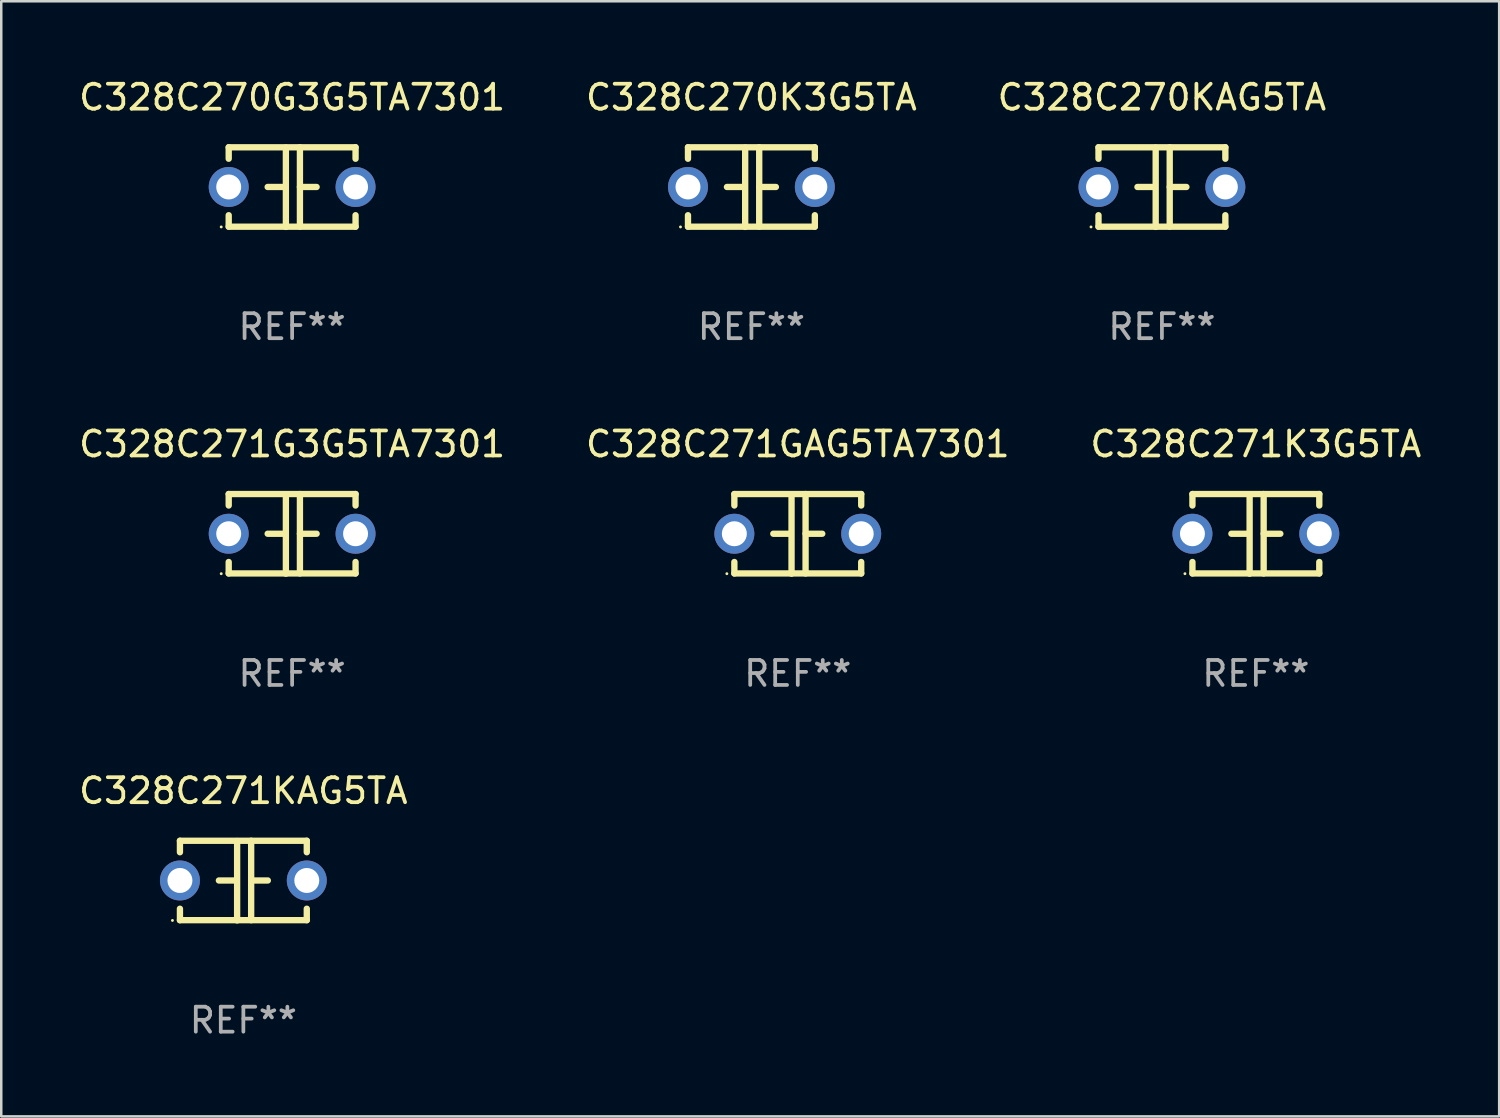
<source format=kicad_pcb>
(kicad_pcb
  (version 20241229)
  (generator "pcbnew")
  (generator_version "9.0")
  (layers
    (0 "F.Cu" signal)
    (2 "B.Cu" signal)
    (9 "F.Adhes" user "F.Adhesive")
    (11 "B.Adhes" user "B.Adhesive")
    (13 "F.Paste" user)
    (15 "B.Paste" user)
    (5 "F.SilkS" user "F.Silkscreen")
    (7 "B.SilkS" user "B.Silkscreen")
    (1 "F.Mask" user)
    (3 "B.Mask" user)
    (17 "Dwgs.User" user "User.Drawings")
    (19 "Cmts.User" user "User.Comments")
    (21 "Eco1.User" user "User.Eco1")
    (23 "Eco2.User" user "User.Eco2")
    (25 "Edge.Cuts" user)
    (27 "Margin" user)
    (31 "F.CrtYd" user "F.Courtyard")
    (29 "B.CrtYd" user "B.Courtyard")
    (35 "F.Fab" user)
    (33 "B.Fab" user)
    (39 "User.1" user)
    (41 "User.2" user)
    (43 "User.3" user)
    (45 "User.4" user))
  (footprint "C328C270KAG5TA"
    (layer "F.Cu")
    (at 43.482 4.443)
    (property "Reference" "C328C270KAG5TA" (at 0 -3.595 0) (layer "F.SilkS") (effects (font (size 1 1) (thickness 0.15))))
    (attr through_hole)
    (fp_line (start -2.54 -1.595) (end -2.54 -1.136) (stroke (width 0.254) (type solid)) (layer "F.SilkS"))
    (fp_line (start -2.54 -1.595) (end 2.54 -1.595) (stroke (width 0.254) (type solid)) (layer "F.SilkS"))
    (fp_line (start -2.54 1.126) (end -2.54 1.585) (stroke (width 0.254) (type solid)) (layer "F.SilkS"))
    (fp_line (start -0.312 -0.005) (end -0.98 -0.005) (stroke (width 0.254) (type solid)) (layer "F.SilkS"))
    (fp_line (start -0.25 -1.585) (end -0.25 1.595) (stroke (width 0.254) (type solid)) (layer "F.SilkS"))
    (fp_line (start 0.312 -1.595) (end 0.312 1.585) (stroke (width 0.254) (type solid)) (layer "F.SilkS"))
    (fp_line (start 0.312 -0.005) (end 0.98 -0.005) (stroke (width 0.254) (type solid)) (layer "F.SilkS"))
    (fp_line (start 2.54 -1.595) (end 2.54 -1.136) (stroke (width 0.254) (type solid)) (layer "F.SilkS"))
    (fp_line (start 2.54 1.126) (end 2.54 1.585) (stroke (width 0.254) (type solid)) (layer "F.SilkS"))
    (fp_line (start 2.54 1.585) (end -2.54 1.585) (stroke (width 0.254) (type solid)) (layer "F.SilkS"))
    (fp_circle (center -2.84 1.595) (end -2.81 1.595) (stroke (width 0.06) (type solid)) (fill no) (layer "F.SilkS"))
    (fp_text user "REF**" (at 0 5.595 0) (layer "F.Fab") (effects (font (size 1 1) (thickness 0.15))))
    (pad "1" thru_hole circle (at -2.54 -0.005) (size 1.6 1.6) (drill 1) (layers "*.Cu" "*.Mask"))
    (pad "2" thru_hole circle (at 2.54 -0.005) (size 1.6 1.6) (drill 1) (layers "*.Cu" "*.Mask")))
  (footprint "C328C270K3G5TA"
    (layer "F.Cu")
    (at 27.042 4.443)
    (property "Reference" "C328C270K3G5TA" (at 0 -3.595 0) (layer "F.SilkS") (effects (font (size 1 1) (thickness 0.15))))
    (attr through_hole)
    (fp_line (start -2.54 -1.595) (end -2.54 -1.136) (stroke (width 0.254) (type solid)) (layer "F.SilkS"))
    (fp_line (start -2.54 -1.595) (end 2.54 -1.595) (stroke (width 0.254) (type solid)) (layer "F.SilkS"))
    (fp_line (start -2.54 1.126) (end -2.54 1.585) (stroke (width 0.254) (type solid)) (layer "F.SilkS"))
    (fp_line (start -0.312 -0.005) (end -0.98 -0.005) (stroke (width 0.254) (type solid)) (layer "F.SilkS"))
    (fp_line (start -0.25 -1.585) (end -0.25 1.595) (stroke (width 0.254) (type solid)) (layer "F.SilkS"))
    (fp_line (start 0.312 -1.595) (end 0.312 1.585) (stroke (width 0.254) (type solid)) (layer "F.SilkS"))
    (fp_line (start 0.312 -0.005) (end 0.98 -0.005) (stroke (width 0.254) (type solid)) (layer "F.SilkS"))
    (fp_line (start 2.54 -1.595) (end 2.54 -1.136) (stroke (width 0.254) (type solid)) (layer "F.SilkS"))
    (fp_line (start 2.54 1.126) (end 2.54 1.585) (stroke (width 0.254) (type solid)) (layer "F.SilkS"))
    (fp_line (start 2.54 1.585) (end -2.54 1.585) (stroke (width 0.254) (type solid)) (layer "F.SilkS"))
    (fp_circle (center -2.84 1.595) (end -2.81 1.595) (stroke (width 0.06) (type solid)) (fill no) (layer "F.SilkS"))
    (fp_text user "REF**" (at 0 5.595 0) (layer "F.Fab") (effects (font (size 1 1) (thickness 0.15))))
    (pad "1" thru_hole circle (at -2.54 -0.005) (size 1.6 1.6) (drill 1) (layers "*.Cu" "*.Mask"))
    (pad "2" thru_hole circle (at 2.54 -0.005) (size 1.6 1.6) (drill 1) (layers "*.Cu" "*.Mask")))
  (footprint "C328C271GAG5TA7301"
    (layer "F.Cu")
    (at 28.899 18.33)
    (property "Reference" "C328C271GAG5TA7301" (at 0 -3.595 0) (layer "F.SilkS") (effects (font (size 1 1) (thickness 0.15))))
    (attr through_hole)
    (fp_line (start -2.54 -1.595) (end -2.54 -1.136) (stroke (width 0.254) (type solid)) (layer "F.SilkS"))
    (fp_line (start -2.54 -1.595) (end 2.54 -1.595) (stroke (width 0.254) (type solid)) (layer "F.SilkS"))
    (fp_line (start -2.54 1.126) (end -2.54 1.585) (stroke (width 0.254) (type solid)) (layer "F.SilkS"))
    (fp_line (start -0.312 -0.005) (end -0.98 -0.005) (stroke (width 0.254) (type solid)) (layer "F.SilkS"))
    (fp_line (start -0.25 -1.585) (end -0.25 1.595) (stroke (width 0.254) (type solid)) (layer "F.SilkS"))
    (fp_line (start 0.312 -1.595) (end 0.312 1.585) (stroke (width 0.254) (type solid)) (layer "F.SilkS"))
    (fp_line (start 0.312 -0.005) (end 0.98 -0.005) (stroke (width 0.254) (type solid)) (layer "F.SilkS"))
    (fp_line (start 2.54 -1.595) (end 2.54 -1.136) (stroke (width 0.254) (type solid)) (layer "F.SilkS"))
    (fp_line (start 2.54 1.126) (end 2.54 1.585) (stroke (width 0.254) (type solid)) (layer "F.SilkS"))
    (fp_line (start 2.54 1.585) (end -2.54 1.585) (stroke (width 0.254) (type solid)) (layer "F.SilkS"))
    (fp_circle (center -2.84 1.595) (end -2.81 1.595) (stroke (width 0.06) (type solid)) (fill no) (layer "F.SilkS"))
    (fp_text user "REF**" (at 0 5.595 0) (layer "F.Fab") (effects (font (size 1 1) (thickness 0.15))))
    (pad "1" thru_hole circle (at -2.54 -0.005) (size 1.6 1.6) (drill 1) (layers "*.Cu" "*.Mask"))
    (pad "2" thru_hole circle (at 2.54 -0.005) (size 1.6 1.6) (drill 1) (layers "*.Cu" "*.Mask")))
  (footprint "C328C270G3G5TA7301"
    (layer "F.Cu")
    (at 8.649 4.443)
    (property "Reference" "C328C270G3G5TA7301" (at 0 -3.595 0) (layer "F.SilkS") (effects (font (size 1 1) (thickness 0.15))))
    (attr through_hole)
    (fp_line (start -2.54 -1.595) (end -2.54 -1.136) (stroke (width 0.254) (type solid)) (layer "F.SilkS"))
    (fp_line (start -2.54 -1.595) (end 2.54 -1.595) (stroke (width 0.254) (type solid)) (layer "F.SilkS"))
    (fp_line (start -2.54 1.126) (end -2.54 1.585) (stroke (width 0.254) (type solid)) (layer "F.SilkS"))
    (fp_line (start -0.312 -0.005) (end -0.98 -0.005) (stroke (width 0.254) (type solid)) (layer "F.SilkS"))
    (fp_line (start -0.25 -1.585) (end -0.25 1.595) (stroke (width 0.254) (type solid)) (layer "F.SilkS"))
    (fp_line (start 0.312 -1.595) (end 0.312 1.585) (stroke (width 0.254) (type solid)) (layer "F.SilkS"))
    (fp_line (start 0.312 -0.005) (end 0.98 -0.005) (stroke (width 0.254) (type solid)) (layer "F.SilkS"))
    (fp_line (start 2.54 -1.595) (end 2.54 -1.136) (stroke (width 0.254) (type solid)) (layer "F.SilkS"))
    (fp_line (start 2.54 1.126) (end 2.54 1.585) (stroke (width 0.254) (type solid)) (layer "F.SilkS"))
    (fp_line (start 2.54 1.585) (end -2.54 1.585) (stroke (width 0.254) (type solid)) (layer "F.SilkS"))
    (fp_circle (center -2.84 1.595) (end -2.81 1.595) (stroke (width 0.06) (type solid)) (fill no) (layer "F.SilkS"))
    (fp_text user "REF**" (at 0 5.595 0) (layer "F.Fab") (effects (font (size 1 1) (thickness 0.15))))
    (pad "1" thru_hole circle (at -2.54 -0.005) (size 1.6 1.6) (drill 1) (layers "*.Cu" "*.Mask"))
    (pad "2" thru_hole circle (at 2.54 -0.005) (size 1.6 1.6) (drill 1) (layers "*.Cu" "*.Mask")))
  (footprint "C328C271K3G5TA"
    (layer "F.Cu")
    (at 47.244 18.33)
    (property "Reference" "C328C271K3G5TA" (at 0 -3.595 0) (layer "F.SilkS") (effects (font (size 1 1) (thickness 0.15))))
    (attr through_hole)
    (fp_line (start -2.54 -1.595) (end -2.54 -1.136) (stroke (width 0.254) (type solid)) (layer "F.SilkS"))
    (fp_line (start -2.54 -1.595) (end 2.54 -1.595) (stroke (width 0.254) (type solid)) (layer "F.SilkS"))
    (fp_line (start -2.54 1.126) (end -2.54 1.585) (stroke (width 0.254) (type solid)) (layer "F.SilkS"))
    (fp_line (start -0.312 -0.005) (end -0.98 -0.005) (stroke (width 0.254) (type solid)) (layer "F.SilkS"))
    (fp_line (start -0.25 -1.585) (end -0.25 1.595) (stroke (width 0.254) (type solid)) (layer "F.SilkS"))
    (fp_line (start 0.312 -1.595) (end 0.312 1.585) (stroke (width 0.254) (type solid)) (layer "F.SilkS"))
    (fp_line (start 0.312 -0.005) (end 0.98 -0.005) (stroke (width 0.254) (type solid)) (layer "F.SilkS"))
    (fp_line (start 2.54 -1.595) (end 2.54 -1.136) (stroke (width 0.254) (type solid)) (layer "F.SilkS"))
    (fp_line (start 2.54 1.126) (end 2.54 1.585) (stroke (width 0.254) (type solid)) (layer "F.SilkS"))
    (fp_line (start 2.54 1.585) (end -2.54 1.585) (stroke (width 0.254) (type solid)) (layer "F.SilkS"))
    (fp_circle (center -2.84 1.595) (end -2.81 1.595) (stroke (width 0.06) (type solid)) (fill no) (layer "F.SilkS"))
    (fp_text user "REF**" (at 0 5.595 0) (layer "F.Fab") (effects (font (size 1 1) (thickness 0.15))))
    (pad "1" thru_hole circle (at -2.54 -0.005) (size 1.6 1.6) (drill 1) (layers "*.Cu" "*.Mask"))
    (pad "2" thru_hole circle (at 2.54 -0.005) (size 1.6 1.6) (drill 1) (layers "*.Cu" "*.Mask")))
  (footprint "C328C271G3G5TA7301"
    (layer "F.Cu")
    (at 8.649 18.33)
    (property "Reference" "C328C271G3G5TA7301" (at 0 -3.595 0) (layer "F.SilkS") (effects (font (size 1 1) (thickness 0.15))))
    (attr through_hole)
    (fp_line (start -2.54 -1.595) (end -2.54 -1.136) (stroke (width 0.254) (type solid)) (layer "F.SilkS"))
    (fp_line (start -2.54 -1.595) (end 2.54 -1.595) (stroke (width 0.254) (type solid)) (layer "F.SilkS"))
    (fp_line (start -2.54 1.126) (end -2.54 1.585) (stroke (width 0.254) (type solid)) (layer "F.SilkS"))
    (fp_line (start -0.312 -0.005) (end -0.98 -0.005) (stroke (width 0.254) (type solid)) (layer "F.SilkS"))
    (fp_line (start -0.25 -1.585) (end -0.25 1.595) (stroke (width 0.254) (type solid)) (layer "F.SilkS"))
    (fp_line (start 0.312 -1.595) (end 0.312 1.585) (stroke (width 0.254) (type solid)) (layer "F.SilkS"))
    (fp_line (start 0.312 -0.005) (end 0.98 -0.005) (stroke (width 0.254) (type solid)) (layer "F.SilkS"))
    (fp_line (start 2.54 -1.595) (end 2.54 -1.136) (stroke (width 0.254) (type solid)) (layer "F.SilkS"))
    (fp_line (start 2.54 1.126) (end 2.54 1.585) (stroke (width 0.254) (type solid)) (layer "F.SilkS"))
    (fp_line (start 2.54 1.585) (end -2.54 1.585) (stroke (width 0.254) (type solid)) (layer "F.SilkS"))
    (fp_circle (center -2.84 1.595) (end -2.81 1.595) (stroke (width 0.06) (type solid)) (fill no) (layer "F.SilkS"))
    (fp_text user "REF**" (at 0 5.595 0) (layer "F.Fab") (effects (font (size 1 1) (thickness 0.15))))
    (pad "1" thru_hole circle (at -2.54 -0.005) (size 1.6 1.6) (drill 1) (layers "*.Cu" "*.Mask"))
    (pad "2" thru_hole circle (at 2.54 -0.005) (size 1.6 1.6) (drill 1) (layers "*.Cu" "*.Mask")))
  (footprint "C328C271KAG5TA"
    (layer "F.Cu")
    (at 6.696 32.216)
    (property "Reference" "C328C271KAG5TA" (at 0 -3.595 0) (layer "F.SilkS") (effects (font (size 1 1) (thickness 0.15))))
    (attr through_hole)
    (fp_line (start -2.54 -1.595) (end -2.54 -1.136) (stroke (width 0.254) (type solid)) (layer "F.SilkS"))
    (fp_line (start -2.54 -1.595) (end 2.54 -1.595) (stroke (width 0.254) (type solid)) (layer "F.SilkS"))
    (fp_line (start -2.54 1.126) (end -2.54 1.585) (stroke (width 0.254) (type solid)) (layer "F.SilkS"))
    (fp_line (start -0.312 -0.005) (end -0.98 -0.005) (stroke (width 0.254) (type solid)) (layer "F.SilkS"))
    (fp_line (start -0.25 -1.585) (end -0.25 1.595) (stroke (width 0.254) (type solid)) (layer "F.SilkS"))
    (fp_line (start 0.312 -1.595) (end 0.312 1.585) (stroke (width 0.254) (type solid)) (layer "F.SilkS"))
    (fp_line (start 0.312 -0.005) (end 0.98 -0.005) (stroke (width 0.254) (type solid)) (layer "F.SilkS"))
    (fp_line (start 2.54 -1.595) (end 2.54 -1.136) (stroke (width 0.254) (type solid)) (layer "F.SilkS"))
    (fp_line (start 2.54 1.126) (end 2.54 1.585) (stroke (width 0.254) (type solid)) (layer "F.SilkS"))
    (fp_line (start 2.54 1.585) (end -2.54 1.585) (stroke (width 0.254) (type solid)) (layer "F.SilkS"))
    (fp_circle (center -2.84 1.595) (end -2.81 1.595) (stroke (width 0.06) (type solid)) (fill no) (layer "F.SilkS"))
    (fp_text user "REF**" (at 0 5.595 0) (layer "F.Fab") (effects (font (size 1 1) (thickness 0.15))))
    (pad "1" thru_hole circle (at -2.54 -0.005) (size 1.6 1.6) (drill 1) (layers "*.Cu" "*.Mask"))
    (pad "2" thru_hole circle (at 2.54 -0.005) (size 1.6 1.6) (drill 1) (layers "*.Cu" "*.Mask")))
  (gr_rect
    (start -3 -3)
    (end 56.988 41.659)
    (stroke (width 0.1) (type default))
    (fill no)
    (layer "Edge.Cuts")))
</source>
